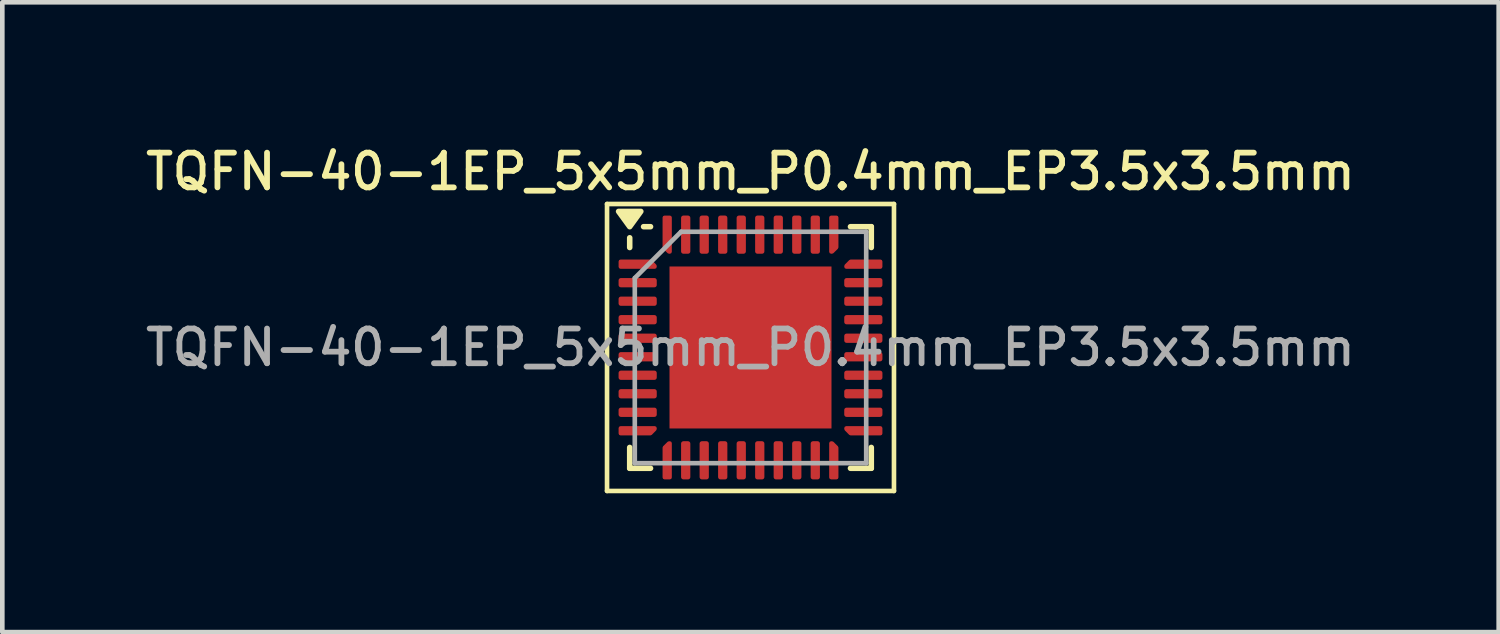
<source format=kicad_pcb>
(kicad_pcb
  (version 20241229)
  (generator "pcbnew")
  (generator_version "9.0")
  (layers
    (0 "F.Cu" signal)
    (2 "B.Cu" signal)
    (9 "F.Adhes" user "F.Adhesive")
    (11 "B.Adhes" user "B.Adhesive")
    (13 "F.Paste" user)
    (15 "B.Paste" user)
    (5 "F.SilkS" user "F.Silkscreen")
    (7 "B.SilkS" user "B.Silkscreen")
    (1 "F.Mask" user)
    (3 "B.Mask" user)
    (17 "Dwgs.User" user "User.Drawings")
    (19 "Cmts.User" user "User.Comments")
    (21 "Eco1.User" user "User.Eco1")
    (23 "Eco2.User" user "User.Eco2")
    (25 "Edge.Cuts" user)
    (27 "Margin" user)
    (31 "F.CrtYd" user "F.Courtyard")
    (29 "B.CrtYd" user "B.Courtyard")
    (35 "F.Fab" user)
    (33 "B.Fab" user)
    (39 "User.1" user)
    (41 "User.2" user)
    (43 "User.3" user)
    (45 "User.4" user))
  (footprint "TQFN-40-1EP_5x5mm_P0.4mm_EP3.5x3.5mm"
    (layer "F.Cu")
    (at 13.166 4.458)
    (property "Reference" "TQFN-40-1EP_5x5mm_P0.4mm_EP3.5x3.5mm" (at 0 -3.8 0) (layer "F.SilkS") (effects (font (size 0.75 0.75) (thickness 0.125))))
    (attr smd)
    (fp_line (start -3.1 -3.1) (end -3.1 3.1) (stroke (width 0.1) (type solid)) (layer "F.SilkS"))
    (fp_line (start -3.1 3.1) (end 3.1 3.1) (stroke (width 0.1) (type solid)) (layer "F.SilkS"))
    (fp_line (start -2.61 -2.16) (end -2.61 -2.37) (stroke (width 0.12) (type solid)) (layer "F.SilkS"))
    (fp_line (start -2.61 2.61) (end -2.61 2.16) (stroke (width 0.12) (type solid)) (layer "F.SilkS"))
    (fp_line (start -2.16 -2.61) (end -2.31 -2.61) (stroke (width 0.12) (type solid)) (layer "F.SilkS"))
    (fp_line (start -2.16 2.61) (end -2.61 2.61) (stroke (width 0.12) (type solid)) (layer "F.SilkS"))
    (fp_line (start 2.16 -2.61) (end 2.61 -2.61) (stroke (width 0.12) (type solid)) (layer "F.SilkS"))
    (fp_line (start 2.16 2.61) (end 2.61 2.61) (stroke (width 0.12) (type solid)) (layer "F.SilkS"))
    (fp_line (start 2.61 -2.61) (end 2.61 -2.16) (stroke (width 0.12) (type solid)) (layer "F.SilkS"))
    (fp_line (start 2.61 2.61) (end 2.61 2.16) (stroke (width 0.12) (type solid)) (layer "F.SilkS"))
    (fp_line (start 3.1 -3.1) (end -3.1 -3.1) (stroke (width 0.1) (type solid)) (layer "F.SilkS"))
    (fp_line (start 3.1 3.1) (end 3.1 -3.1) (stroke (width 0.1) (type solid)) (layer "F.SilkS"))
    (fp_poly (pts (xy -2.61 -2.61) (xy -2.85 -2.94) (xy -2.37 -2.94) (xy -2.61 -2.61)) (stroke (width 0.12) (type solid)) (fill yes) (layer "F.SilkS"))
    (fp_line (start -2.5 -1.5) (end -1.5 -2.5) (stroke (width 0.1) (type solid)) (layer "F.Fab"))
    (fp_line (start -2.5 2.5) (end -2.5 -1.5) (stroke (width 0.1) (type solid)) (layer "F.Fab"))
    (fp_line (start -1.5 -2.5) (end 2.5 -2.5) (stroke (width 0.1) (type solid)) (layer "F.Fab"))
    (fp_line (start 2.5 -2.5) (end 2.5 2.5) (stroke (width 0.1) (type solid)) (layer "F.Fab"))
    (fp_line (start 2.5 2.5) (end -2.5 2.5) (stroke (width 0.1) (type solid)) (layer "F.Fab"))
    (fp_text user "${REFERENCE}" (at 0 0 0) (layer "F.Fab") (effects (font (size 0.75 0.75) (thickness 0.125))))
    (pad "" smd roundrect (at -0.875 -0.875) (size 1.41 1.41) (layers "F.Paste") (roundrect_rratio 0.177))
    (pad "" smd roundrect (at -0.875 0.875) (size 1.41 1.41) (layers "F.Paste") (roundrect_rratio 0.177))
    (pad "" smd roundrect (at 0.875 -0.875) (size 1.41 1.41) (layers "F.Paste") (roundrect_rratio 0.177))
    (pad "" smd roundrect (at 0.875 0.875) (size 1.41 1.41) (layers "F.Paste") (roundrect_rratio 0.177))
    (pad "1" smd custom (at -2.438 -1.8) (size 0.115 0.115) (layers "F.Cu" "F.Mask" "F.Paste") (options (anchor circle)) (primitives (gr_poly (pts (xy -0.372 -0.06) (xy 0.276 -0.06) (xy 0.372 0.037) (xy 0.372 0.06) (xy -0.372 0.06)) (width 0.08) (fill yes))))
    (pad "2" smd roundrect (at -2.438 -1.4) (size 0.825 0.2) (layers "F.Cu" "F.Mask" "F.Paste") (roundrect_rratio 0.25))
    (pad "3" smd roundrect (at -2.438 -1) (size 0.825 0.2) (layers "F.Cu" "F.Mask" "F.Paste") (roundrect_rratio 0.25))
    (pad "4" smd roundrect (at -2.438 -0.6) (size 0.825 0.2) (layers "F.Cu" "F.Mask" "F.Paste") (roundrect_rratio 0.25))
    (pad "5" smd roundrect (at -2.438 -0.2) (size 0.825 0.2) (layers "F.Cu" "F.Mask" "F.Paste") (roundrect_rratio 0.25))
    (pad "6" smd roundrect (at -2.438 0.2) (size 0.825 0.2) (layers "F.Cu" "F.Mask" "F.Paste") (roundrect_rratio 0.25))
    (pad "7" smd roundrect (at -2.438 0.6) (size 0.825 0.2) (layers "F.Cu" "F.Mask" "F.Paste") (roundrect_rratio 0.25))
    (pad "8" smd roundrect (at -2.438 1) (size 0.825 0.2) (layers "F.Cu" "F.Mask" "F.Paste") (roundrect_rratio 0.25))
    (pad "9" smd roundrect (at -2.438 1.4) (size 0.825 0.2) (layers "F.Cu" "F.Mask" "F.Paste") (roundrect_rratio 0.25))
    (pad "10" smd custom (at -2.438 1.8) (size 0.115 0.115) (layers "F.Cu" "F.Mask" "F.Paste") (options (anchor circle)) (primitives (gr_poly (pts (xy -0.372 -0.06) (xy 0.372 -0.06) (xy 0.372 -0.037) (xy 0.276 0.06) (xy -0.372 0.06)) (width 0.08) (fill yes))))
    (pad "11" smd custom (at -1.8 2.438) (size 0.115 0.115) (layers "F.Cu" "F.Mask" "F.Paste") (options (anchor circle)) (primitives (gr_poly (pts (xy -0.06 -0.276) (xy 0.037 -0.372) (xy 0.06 -0.372) (xy 0.06 0.372) (xy -0.06 0.372)) (width 0.08) (fill yes))))
    (pad "12" smd roundrect (at -1.4 2.438) (size 0.2 0.825) (layers "F.Cu" "F.Mask" "F.Paste") (roundrect_rratio 0.25))
    (pad "13" smd roundrect (at -1 2.438) (size 0.2 0.825) (layers "F.Cu" "F.Mask" "F.Paste") (roundrect_rratio 0.25))
    (pad "14" smd roundrect (at -0.6 2.438) (size 0.2 0.825) (layers "F.Cu" "F.Mask" "F.Paste") (roundrect_rratio 0.25))
    (pad "15" smd roundrect (at -0.2 2.438) (size 0.2 0.825) (layers "F.Cu" "F.Mask" "F.Paste") (roundrect_rratio 0.25))
    (pad "16" smd roundrect (at 0.2 2.438) (size 0.2 0.825) (layers "F.Cu" "F.Mask" "F.Paste") (roundrect_rratio 0.25))
    (pad "17" smd roundrect (at 0.6 2.438) (size 0.2 0.825) (layers "F.Cu" "F.Mask" "F.Paste") (roundrect_rratio 0.25))
    (pad "18" smd roundrect (at 1 2.438) (size 0.2 0.825) (layers "F.Cu" "F.Mask" "F.Paste") (roundrect_rratio 0.25))
    (pad "19" smd roundrect (at 1.4 2.438) (size 0.2 0.825) (layers "F.Cu" "F.Mask" "F.Paste") (roundrect_rratio 0.25))
    (pad "20" smd custom (at 1.8 2.438) (size 0.115 0.115) (layers "F.Cu" "F.Mask" "F.Paste") (options (anchor circle)) (primitives (gr_poly (pts (xy -0.06 -0.372) (xy -0.037 -0.372) (xy 0.06 -0.276) (xy 0.06 0.372) (xy -0.06 0.372)) (width 0.08) (fill yes))))
    (pad "21" smd custom (at 2.438 1.8) (size 0.115 0.115) (layers "F.Cu" "F.Mask" "F.Paste") (options (anchor circle)) (primitives (gr_poly (pts (xy -0.372 -0.06) (xy 0.372 -0.06) (xy 0.372 0.06) (xy -0.276 0.06) (xy -0.372 -0.037)) (width 0.08) (fill yes))))
    (pad "22" smd roundrect (at 2.438 1.4) (size 0.825 0.2) (layers "F.Cu" "F.Mask" "F.Paste") (roundrect_rratio 0.25))
    (pad "23" smd roundrect (at 2.438 1) (size 0.825 0.2) (layers "F.Cu" "F.Mask" "F.Paste") (roundrect_rratio 0.25))
    (pad "24" smd roundrect (at 2.438 0.6) (size 0.825 0.2) (layers "F.Cu" "F.Mask" "F.Paste") (roundrect_rratio 0.25))
    (pad "25" smd roundrect (at 2.438 0.2) (size 0.825 0.2) (layers "F.Cu" "F.Mask" "F.Paste") (roundrect_rratio 0.25))
    (pad "26" smd roundrect (at 2.438 -0.2) (size 0.825 0.2) (layers "F.Cu" "F.Mask" "F.Paste") (roundrect_rratio 0.25))
    (pad "27" smd roundrect (at 2.438 -0.6) (size 0.825 0.2) (layers "F.Cu" "F.Mask" "F.Paste") (roundrect_rratio 0.25))
    (pad "28" smd roundrect (at 2.438 -1) (size 0.825 0.2) (layers "F.Cu" "F.Mask" "F.Paste") (roundrect_rratio 0.25))
    (pad "29" smd roundrect (at 2.438 -1.4) (size 0.825 0.2) (layers "F.Cu" "F.Mask" "F.Paste") (roundrect_rratio 0.25))
    (pad "30" smd custom (at 2.438 -1.8) (size 0.115 0.115) (layers "F.Cu" "F.Mask" "F.Paste") (options (anchor circle)) (primitives (gr_poly (pts (xy -0.372 0.037) (xy -0.276 -0.06) (xy 0.372 -0.06) (xy 0.372 0.06) (xy -0.372 0.06)) (width 0.08) (fill yes))))
    (pad "31" smd custom (at 1.8 -2.438) (size 0.115 0.115) (layers "F.Cu" "F.Mask" "F.Paste") (options (anchor circle)) (primitives (gr_poly (pts (xy -0.06 -0.372) (xy 0.06 -0.372) (xy 0.06 0.276) (xy -0.037 0.372) (xy -0.06 0.372)) (width 0.08) (fill yes))))
    (pad "32" smd roundrect (at 1.4 -2.438) (size 0.2 0.825) (layers "F.Cu" "F.Mask" "F.Paste") (roundrect_rratio 0.25))
    (pad "33" smd roundrect (at 1 -2.438) (size 0.2 0.825) (layers "F.Cu" "F.Mask" "F.Paste") (roundrect_rratio 0.25))
    (pad "34" smd roundrect (at 0.6 -2.438) (size 0.2 0.825) (layers "F.Cu" "F.Mask" "F.Paste") (roundrect_rratio 0.25))
    (pad "35" smd roundrect (at 0.2 -2.438) (size 0.2 0.825) (layers "F.Cu" "F.Mask" "F.Paste") (roundrect_rratio 0.25))
    (pad "36" smd roundrect (at -0.2 -2.438) (size 0.2 0.825) (layers "F.Cu" "F.Mask" "F.Paste") (roundrect_rratio 0.25))
    (pad "37" smd roundrect (at -0.6 -2.438) (size 0.2 0.825) (layers "F.Cu" "F.Mask" "F.Paste") (roundrect_rratio 0.25))
    (pad "38" smd roundrect (at -1 -2.438) (size 0.2 0.825) (layers "F.Cu" "F.Mask" "F.Paste") (roundrect_rratio 0.25))
    (pad "39" smd roundrect (at -1.4 -2.438) (size 0.2 0.825) (layers "F.Cu" "F.Mask" "F.Paste") (roundrect_rratio 0.25))
    (pad "40" smd custom (at -1.8 -2.438) (size 0.115 0.115) (layers "F.Cu" "F.Mask" "F.Paste") (options (anchor circle)) (primitives (gr_poly (pts (xy -0.06 -0.372) (xy 0.06 -0.372) (xy 0.06 0.372) (xy 0.037 0.372) (xy -0.06 0.276)) (width 0.08) (fill yes))))
    (pad "41" smd rect (at 0 0) (size 3.5 3.5) (property pad_prop_heatsink) (layers "F.Cu" "F.Mask")))
  (gr_rect
    (start -3 -3)
    (end 29.332 10.608)
    (stroke (width 0.1) (type default))
    (fill no)
    (layer "Edge.Cuts")))
</source>
